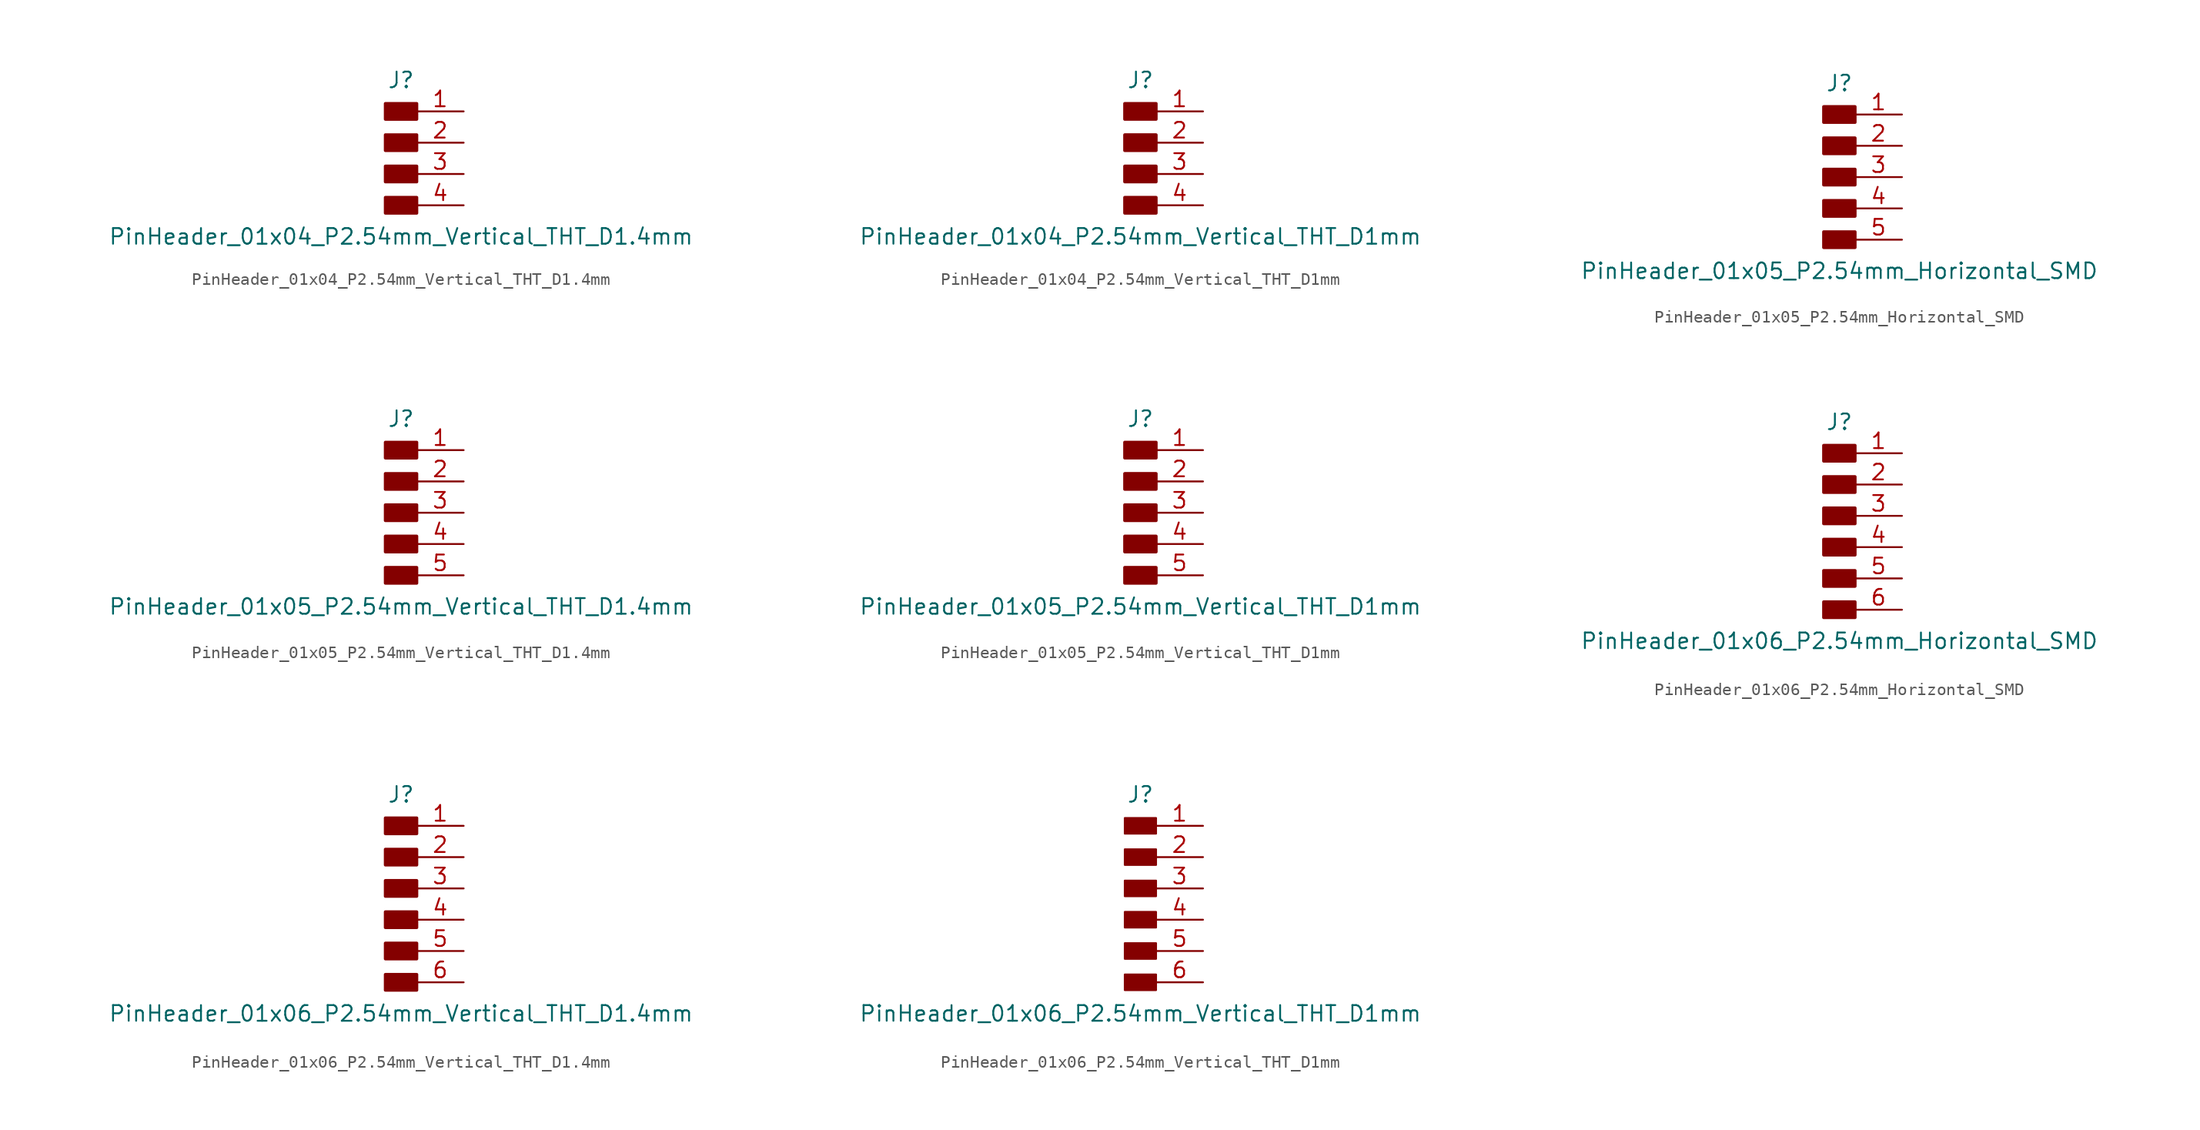
<source format=kicad_sym>
(kicad_symbol_lib
  (version 20231120)
  (generator "kicad_symbol_editor")
  (generator_version "8.0")
  (symbol "PinHeader_01x04_P2.54mm_Vertical_THT_D1.4mm"
    (pin_names hide)
    (property "Reference" "J"
      (at 0 5.08 0)
      (effects (font (size 1.27 1.27))))
    (property "Value" "PinHeader_01x04_P2.54mm_Vertical_THT_D1.4mm"
      (at 0 -7.62 0)
      (effects (font (size 1.27 1.27))))
    (symbol "PinHeader_01x04_P2.54mm_Vertical_THT_D1.4mm_1_1"
      (rectangle (start -1.27 -4.445) (end 1.27 -5.715) (stroke (width 0.254) (type default)) (fill (type outline)))
      (rectangle (start -1.27 -1.905) (end 1.27 -3.175) (stroke (width 0.254) (type default)) (fill (type outline)))
      (rectangle (start -1.27 0.635) (end 1.27 -0.635) (stroke (width 0.254) (type default)) (fill (type outline)))
      (rectangle (start -1.27 3.175) (end 1.27 1.905) (stroke (width 0.254) (type default)) (fill (type outline)))
      (pin passive line (at 5.08 2.54 180) (length 3.81) (name "Pin_1" (effects (font (size 1.27 1.27)))) (number "1" (effects (font (size 1.27 1.27)))))
      (pin passive line (at 5.08 0 180) (length 3.81) (name "Pin_2" (effects (font (size 1.27 1.27)))) (number "2" (effects (font (size 1.27 1.27)))))
      (pin passive line (at 5.08 -2.54 180) (length 3.81) (name "Pin_3" (effects (font (size 1.27 1.27)))) (number "3" (effects (font (size 1.27 1.27)))))
      (pin passive line (at 5.08 -5.08 180) (length 3.81) (name "Pin_4" (effects (font (size 1.27 1.27)))) (number "4" (effects (font (size 1.27 1.27)))))))
  (symbol "PinHeader_01x04_P2.54mm_Vertical_THT_D1mm"
    (pin_names hide)
    (property "Reference" "J"
      (at 0 5.08 0)
      (effects (font (size 1.27 1.27))))
    (property "Value" "PinHeader_01x04_P2.54mm_Vertical_THT_D1mm"
      (at 0 -7.62 0)
      (effects (font (size 1.27 1.27))))
    (symbol "PinHeader_01x04_P2.54mm_Vertical_THT_D1mm_1_1"
      (rectangle (start -1.27 -4.445) (end 1.27 -5.715) (stroke (width 0.254) (type default)) (fill (type outline)))
      (rectangle (start -1.27 -1.905) (end 1.27 -3.175) (stroke (width 0.254) (type default)) (fill (type outline)))
      (rectangle (start -1.27 0.635) (end 1.27 -0.635) (stroke (width 0.254) (type default)) (fill (type outline)))
      (rectangle (start -1.27 3.175) (end 1.27 1.905) (stroke (width 0.254) (type default)) (fill (type outline)))
      (pin passive line (at 5.08 2.54 180) (length 3.81) (name "Pin_1" (effects (font (size 1.27 1.27)))) (number "1" (effects (font (size 1.27 1.27)))))
      (pin passive line (at 5.08 0 180) (length 3.81) (name "Pin_2" (effects (font (size 1.27 1.27)))) (number "2" (effects (font (size 1.27 1.27)))))
      (pin passive line (at 5.08 -2.54 180) (length 3.81) (name "Pin_3" (effects (font (size 1.27 1.27)))) (number "3" (effects (font (size 1.27 1.27)))))
      (pin passive line (at 5.08 -5.08 180) (length 3.81) (name "Pin_4" (effects (font (size 1.27 1.27)))) (number "4" (effects (font (size 1.27 1.27)))))))
  (symbol "PinHeader_01x05_P2.54mm_Horizontal_SMD"
    (pin_names hide)
    (property "Reference" "J"
      (at 0 7.62 0)
      (effects (font (size 1.27 1.27))))
    (property "Value" "PinHeader_01x05_P2.54mm_Horizontal_SMD"
      (at 0 -7.62 0)
      (effects (font (size 1.27 1.27))))
    (symbol "PinHeader_01x05_P2.54mm_Horizontal_SMD_1_1"
      (rectangle (start -1.27 -4.445) (end 1.27 -5.715) (stroke (width 0.254) (type default)) (fill (type outline)))
      (rectangle (start -1.27 -1.905) (end 1.27 -3.175) (stroke (width 0.254) (type default)) (fill (type outline)))
      (rectangle (start -1.27 0.635) (end 1.27 -0.635) (stroke (width 0.254) (type default)) (fill (type outline)))
      (rectangle (start -1.27 3.175) (end 1.27 1.905) (stroke (width 0.254) (type default)) (fill (type outline)))
      (rectangle (start -1.27 5.715) (end 1.27 4.445) (stroke (width 0.254) (type default)) (fill (type outline)))
      (pin passive line (at 5.08 5.08 180) (length 3.81) (name "Pin_1" (effects (font (size 1.27 1.27)))) (number "1" (effects (font (size 1.27 1.27)))))
      (pin passive line (at 5.08 2.54 180) (length 3.81) (name "Pin_2" (effects (font (size 1.27 1.27)))) (number "2" (effects (font (size 1.27 1.27)))))
      (pin passive line (at 5.08 0 180) (length 3.81) (name "Pin_3" (effects (font (size 1.27 1.27)))) (number "3" (effects (font (size 1.27 1.27)))))
      (pin passive line (at 5.08 -2.54 180) (length 3.81) (name "Pin_4" (effects (font (size 1.27 1.27)))) (number "4" (effects (font (size 1.27 1.27)))))
      (pin passive line (at 5.08 -5.08 180) (length 3.81) (name "Pin_5" (effects (font (size 1.27 1.27)))) (number "5" (effects (font (size 1.27 1.27)))))))
  (symbol "PinHeader_01x05_P2.54mm_Vertical_THT_D1.4mm"
    (pin_names hide)
    (property "Reference" "J"
      (at 0 7.62 0)
      (effects (font (size 1.27 1.27))))
    (property "Value" "PinHeader_01x05_P2.54mm_Vertical_THT_D1.4mm"
      (at 0 -7.62 0)
      (effects (font (size 1.27 1.27))))
    (symbol "PinHeader_01x05_P2.54mm_Vertical_THT_D1.4mm_1_1"
      (rectangle (start -1.27 -4.445) (end 1.27 -5.715) (stroke (width 0.254) (type default)) (fill (type outline)))
      (rectangle (start -1.27 -1.905) (end 1.27 -3.175) (stroke (width 0.254) (type default)) (fill (type outline)))
      (rectangle (start -1.27 0.635) (end 1.27 -0.635) (stroke (width 0.254) (type default)) (fill (type outline)))
      (rectangle (start -1.27 3.175) (end 1.27 1.905) (stroke (width 0.254) (type default)) (fill (type outline)))
      (rectangle (start -1.27 5.715) (end 1.27 4.445) (stroke (width 0.254) (type default)) (fill (type outline)))
      (pin passive line (at 5.08 5.08 180) (length 3.81) (name "Pin_1" (effects (font (size 1.27 1.27)))) (number "1" (effects (font (size 1.27 1.27)))))
      (pin passive line (at 5.08 2.54 180) (length 3.81) (name "Pin_2" (effects (font (size 1.27 1.27)))) (number "2" (effects (font (size 1.27 1.27)))))
      (pin passive line (at 5.08 0 180) (length 3.81) (name "Pin_3" (effects (font (size 1.27 1.27)))) (number "3" (effects (font (size 1.27 1.27)))))
      (pin passive line (at 5.08 -2.54 180) (length 3.81) (name "Pin_4" (effects (font (size 1.27 1.27)))) (number "4" (effects (font (size 1.27 1.27)))))
      (pin passive line (at 5.08 -5.08 180) (length 3.81) (name "Pin_5" (effects (font (size 1.27 1.27)))) (number "5" (effects (font (size 1.27 1.27)))))))
  (symbol "PinHeader_01x05_P2.54mm_Vertical_THT_D1mm"
    (pin_names hide)
    (property "Reference" "J"
      (at 0 7.62 0)
      (effects (font (size 1.27 1.27))))
    (property "Value" "PinHeader_01x05_P2.54mm_Vertical_THT_D1mm"
      (at 0 -7.62 0)
      (effects (font (size 1.27 1.27))))
    (symbol "PinHeader_01x05_P2.54mm_Vertical_THT_D1mm_1_1"
      (rectangle (start -1.27 -4.445) (end 1.27 -5.715) (stroke (width 0.254) (type default)) (fill (type outline)))
      (rectangle (start -1.27 -1.905) (end 1.27 -3.175) (stroke (width 0.254) (type default)) (fill (type outline)))
      (rectangle (start -1.27 0.635) (end 1.27 -0.635) (stroke (width 0.254) (type default)) (fill (type outline)))
      (rectangle (start -1.27 3.175) (end 1.27 1.905) (stroke (width 0.254) (type default)) (fill (type outline)))
      (rectangle (start -1.27 5.715) (end 1.27 4.445) (stroke (width 0.254) (type default)) (fill (type outline)))
      (pin passive line (at 5.08 5.08 180) (length 3.81) (name "Pin_1" (effects (font (size 1.27 1.27)))) (number "1" (effects (font (size 1.27 1.27)))))
      (pin passive line (at 5.08 2.54 180) (length 3.81) (name "Pin_2" (effects (font (size 1.27 1.27)))) (number "2" (effects (font (size 1.27 1.27)))))
      (pin passive line (at 5.08 0 180) (length 3.81) (name "Pin_3" (effects (font (size 1.27 1.27)))) (number "3" (effects (font (size 1.27 1.27)))))
      (pin passive line (at 5.08 -2.54 180) (length 3.81) (name "Pin_4" (effects (font (size 1.27 1.27)))) (number "4" (effects (font (size 1.27 1.27)))))
      (pin passive line (at 5.08 -5.08 180) (length 3.81) (name "Pin_5" (effects (font (size 1.27 1.27)))) (number "5" (effects (font (size 1.27 1.27)))))))
  (symbol "PinHeader_01x06_P2.54mm_Horizontal_SMD"
    (pin_names hide)
    (property "Reference" "J"
      (at 0 7.62 0)
      (effects (font (size 1.27 1.27))))
    (property "Value" "PinHeader_01x06_P2.54mm_Horizontal_SMD"
      (at 0 -10.16 0)
      (effects (font (size 1.27 1.27))))
    (symbol "PinHeader_01x06_P2.54mm_Horizontal_SMD_1_1"
      (rectangle (start -1.27 -6.985) (end 1.27 -8.255) (stroke (width 0.254) (type default)) (fill (type outline)))
      (rectangle (start -1.27 -4.445) (end 1.27 -5.715) (stroke (width 0.254) (type default)) (fill (type outline)))
      (rectangle (start -1.27 -1.905) (end 1.27 -3.175) (stroke (width 0.254) (type default)) (fill (type outline)))
      (rectangle (start -1.27 0.635) (end 1.27 -0.635) (stroke (width 0.254) (type default)) (fill (type outline)))
      (rectangle (start -1.27 3.175) (end 1.27 1.905) (stroke (width 0.254) (type default)) (fill (type outline)))
      (rectangle (start -1.27 5.715) (end 1.27 4.445) (stroke (width 0.254) (type default)) (fill (type outline)))
      (pin passive line (at 5.08 5.08 180) (length 3.81) (name "Pin_1" (effects (font (size 1.27 1.27)))) (number "1" (effects (font (size 1.27 1.27)))))
      (pin passive line (at 5.08 2.54 180) (length 3.81) (name "Pin_2" (effects (font (size 1.27 1.27)))) (number "2" (effects (font (size 1.27 1.27)))))
      (pin passive line (at 5.08 0 180) (length 3.81) (name "Pin_3" (effects (font (size 1.27 1.27)))) (number "3" (effects (font (size 1.27 1.27)))))
      (pin passive line (at 5.08 -2.54 180) (length 3.81) (name "Pin_4" (effects (font (size 1.27 1.27)))) (number "4" (effects (font (size 1.27 1.27)))))
      (pin passive line (at 5.08 -5.08 180) (length 3.81) (name "Pin_5" (effects (font (size 1.27 1.27)))) (number "5" (effects (font (size 1.27 1.27)))))
      (pin passive line (at 5.08 -7.62 180) (length 3.81) (name "Pin_6" (effects (font (size 1.27 1.27)))) (number "6" (effects (font (size 1.27 1.27)))))))
  (symbol "PinHeader_01x06_P2.54mm_Vertical_THT_D1.4mm"
    (pin_names hide)
    (property "Reference" "J"
      (at 0 7.62 0)
      (effects (font (size 1.27 1.27))))
    (property "Value" "PinHeader_01x06_P2.54mm_Vertical_THT_D1.4mm"
      (at 0 -10.16 0)
      (effects (font (size 1.27 1.27))))
    (symbol "PinHeader_01x06_P2.54mm_Vertical_THT_D1.4mm_1_1"
      (rectangle (start -1.27 -6.985) (end 1.27 -8.255) (stroke (width 0.254) (type default)) (fill (type outline)))
      (rectangle (start -1.27 -4.445) (end 1.27 -5.715) (stroke (width 0.254) (type default)) (fill (type outline)))
      (rectangle (start -1.27 -1.905) (end 1.27 -3.175) (stroke (width 0.254) (type default)) (fill (type outline)))
      (rectangle (start -1.27 0.635) (end 1.27 -0.635) (stroke (width 0.254) (type default)) (fill (type outline)))
      (rectangle (start -1.27 3.175) (end 1.27 1.905) (stroke (width 0.254) (type default)) (fill (type outline)))
      (rectangle (start -1.27 5.715) (end 1.27 4.445) (stroke (width 0.254) (type default)) (fill (type outline)))
      (pin passive line (at 5.08 5.08 180) (length 3.81) (name "Pin_1" (effects (font (size 1.27 1.27)))) (number "1" (effects (font (size 1.27 1.27)))))
      (pin passive line (at 5.08 2.54 180) (length 3.81) (name "Pin_2" (effects (font (size 1.27 1.27)))) (number "2" (effects (font (size 1.27 1.27)))))
      (pin passive line (at 5.08 0 180) (length 3.81) (name "Pin_3" (effects (font (size 1.27 1.27)))) (number "3" (effects (font (size 1.27 1.27)))))
      (pin passive line (at 5.08 -2.54 180) (length 3.81) (name "Pin_4" (effects (font (size 1.27 1.27)))) (number "4" (effects (font (size 1.27 1.27)))))
      (pin passive line (at 5.08 -5.08 180) (length 3.81) (name "Pin_5" (effects (font (size 1.27 1.27)))) (number "5" (effects (font (size 1.27 1.27)))))
      (pin passive line (at 5.08 -7.62 180) (length 3.81) (name "Pin_6" (effects (font (size 1.27 1.27)))) (number "6" (effects (font (size 1.27 1.27)))))))
  (symbol "PinHeader_01x06_P2.54mm_Vertical_THT_D1mm"
    (pin_names hide)
    (property "Reference" "J"
      (at 0 7.62 0)
      (effects (font (size 1.27 1.27))))
    (property "Value" "PinHeader_01x06_P2.54mm_Vertical_THT_D1mm"
      (at 0 -10.16 0)
      (effects (font (size 1.27 1.27))))
    (symbol "PinHeader_01x06_P2.54mm_Vertical_THT_D1mm_1_1"
      (rectangle (start -1.27 -6.985) (end 1.27 -8.255) (stroke (width 0.152) (type default)) (fill (type outline)))
      (rectangle (start -1.27 -4.445) (end 1.27 -5.715) (stroke (width 0.152) (type default)) (fill (type outline)))
      (rectangle (start -1.27 -1.905) (end 1.27 -3.175) (stroke (width 0.152) (type default)) (fill (type outline)))
      (rectangle (start -1.27 0.635) (end 1.27 -0.635) (stroke (width 0.152) (type default)) (fill (type outline)))
      (rectangle (start -1.27 3.175) (end 1.27 1.905) (stroke (width 0.152) (type default)) (fill (type outline)))
      (rectangle (start -1.27 5.715) (end 1.27 4.445) (stroke (width 0.152) (type default)) (fill (type outline)))
      (pin passive line (at 5.08 5.08 180) (length 3.81) (name "Pin_1" (effects (font (size 1.27 1.27)))) (number "1" (effects (font (size 1.27 1.27)))))
      (pin passive line (at 5.08 2.54 180) (length 3.81) (name "Pin_2" (effects (font (size 1.27 1.27)))) (number "2" (effects (font (size 1.27 1.27)))))
      (pin passive line (at 5.08 0 180) (length 3.81) (name "Pin_3" (effects (font (size 1.27 1.27)))) (number "3" (effects (font (size 1.27 1.27)))))
      (pin passive line (at 5.08 -2.54 180) (length 3.81) (name "Pin_4" (effects (font (size 1.27 1.27)))) (number "4" (effects (font (size 1.27 1.27)))))
      (pin passive line (at 5.08 -5.08 180) (length 3.81) (name "Pin_5" (effects (font (size 1.27 1.27)))) (number "5" (effects (font (size 1.27 1.27)))))
      (pin passive line (at 5.08 -7.62 180) (length 3.81) (name "Pin_6" (effects (font (size 1.27 1.27)))) (number "6" (effects (font (size 1.27 1.27))))))))
</source>
